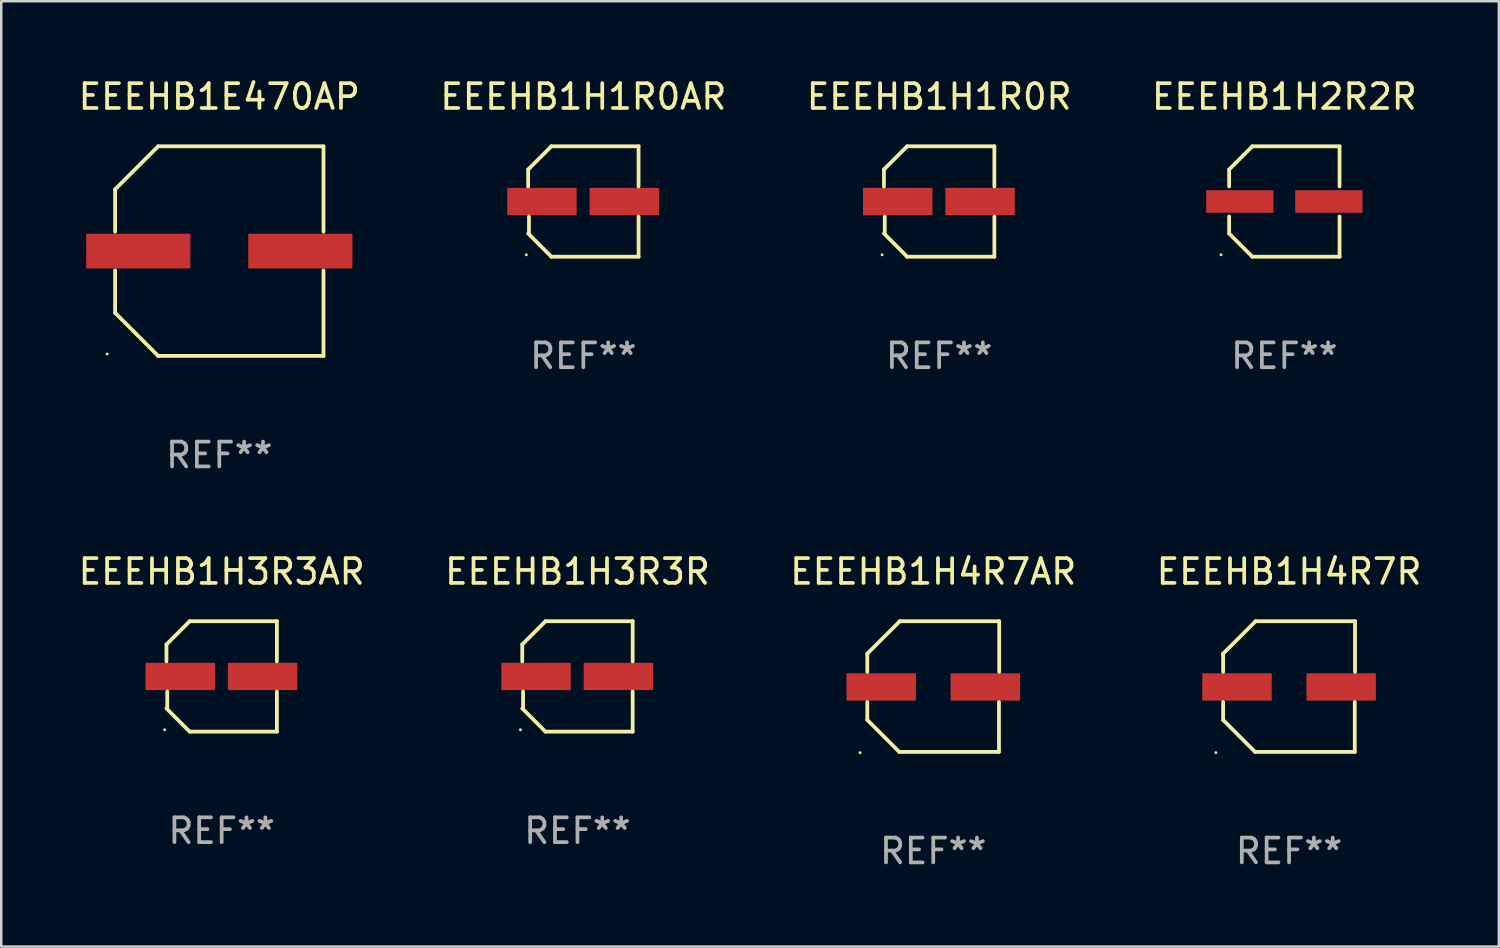
<source format=kicad_pcb>
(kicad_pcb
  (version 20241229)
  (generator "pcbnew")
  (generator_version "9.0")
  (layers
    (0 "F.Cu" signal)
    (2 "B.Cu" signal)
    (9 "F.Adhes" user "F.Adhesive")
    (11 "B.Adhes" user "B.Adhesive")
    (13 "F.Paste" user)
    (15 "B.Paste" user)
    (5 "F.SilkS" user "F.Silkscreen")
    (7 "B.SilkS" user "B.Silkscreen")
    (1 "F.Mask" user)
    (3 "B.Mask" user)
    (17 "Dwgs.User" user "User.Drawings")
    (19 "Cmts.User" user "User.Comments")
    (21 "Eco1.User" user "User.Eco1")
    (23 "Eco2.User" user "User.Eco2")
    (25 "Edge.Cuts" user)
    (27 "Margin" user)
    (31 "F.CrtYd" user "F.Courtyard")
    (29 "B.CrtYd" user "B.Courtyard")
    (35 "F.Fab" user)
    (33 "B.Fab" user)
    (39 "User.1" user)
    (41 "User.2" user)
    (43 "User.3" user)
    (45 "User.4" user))
  (footprint "EEEHB1H1R0R"
    (layer "F.Cu")
    (at 34.815 5.074)
    (property "Reference" "EEEHB1H1R0R" (at 0 -4.226 0) (layer "F.SilkS") (effects (font (size 1 1) (thickness 0.15))))
    (attr through_hole)
    (fp_line (start -2.226 -1.29) (end -2.226 -0.607) (stroke (width 0.152) (type solid)) (layer "F.SilkS"))
    (fp_line (start -2.193 1.29) (end -2.193 0.607) (stroke (width 0.152) (type solid)) (layer "F.SilkS"))
    (fp_line (start -1.29 2.226) (end -2.226 1.29) (stroke (width 0.152) (type solid)) (layer "F.SilkS"))
    (fp_line (start -1.29 -2.226) (end -2.226 -1.29) (stroke (width 0.152) (type solid)) (layer "F.SilkS"))
    (fp_line (start 2.226 -2.226) (end -1.29 -2.226) (stroke (width 0.152) (type solid)) (layer "F.SilkS"))
    (fp_line (start 2.226 -0.607) (end 2.226 -2.226) (stroke (width 0.152) (type solid)) (layer "F.SilkS"))
    (fp_line (start 2.226 0.607) (end 2.226 2.226) (stroke (width 0.152) (type solid)) (layer "F.SilkS"))
    (fp_line (start 2.226 2.226) (end -1.29 2.226) (stroke (width 0.152) (type solid)) (layer "F.SilkS"))
    (fp_circle (center -2.3 2.15) (end -2.27 2.15) (stroke (width 0.06) (type solid)) (fill no) (layer "F.SilkS"))
    (fp_text user "REF**" (at 0 6.226 0) (layer "F.Fab") (effects (font (size 1 1) (thickness 0.15))))
    (pad "1" smd rect (at -1.67 -0.000025) (size 2.8 1.1) (layers "F.Cu" "F.Mask" "F.Paste"))
    (pad "2" smd rect (at 1.651 -0.000025) (size 2.8 1.1) (layers "F.Cu" "F.Mask" "F.Paste")))
  (footprint "EEEHB1H3R3R"
    (layer "F.Cu")
    (at 20.232 24.223)
    (property "Reference" "EEEHB1H3R3R" (at 0 -4.226 0) (layer "F.SilkS") (effects (font (size 1 1) (thickness 0.15))))
    (attr through_hole)
    (fp_line (start -2.226 -1.29) (end -2.226 -0.607) (stroke (width 0.152) (type solid)) (layer "F.SilkS"))
    (fp_line (start -2.193 1.29) (end -2.193 0.607) (stroke (width 0.152) (type solid)) (layer "F.SilkS"))
    (fp_line (start -1.29 2.226) (end -2.226 1.29) (stroke (width 0.152) (type solid)) (layer "F.SilkS"))
    (fp_line (start -1.29 -2.226) (end -2.226 -1.29) (stroke (width 0.152) (type solid)) (layer "F.SilkS"))
    (fp_line (start 2.226 -2.226) (end -1.29 -2.226) (stroke (width 0.152) (type solid)) (layer "F.SilkS"))
    (fp_line (start 2.226 -0.607) (end 2.226 -2.226) (stroke (width 0.152) (type solid)) (layer "F.SilkS"))
    (fp_line (start 2.226 0.607) (end 2.226 2.226) (stroke (width 0.152) (type solid)) (layer "F.SilkS"))
    (fp_line (start 2.226 2.226) (end -1.29 2.226) (stroke (width 0.152) (type solid)) (layer "F.SilkS"))
    (fp_circle (center -2.3 2.15) (end -2.27 2.15) (stroke (width 0.06) (type solid)) (fill no) (layer "F.SilkS"))
    (fp_text user "REF**" (at 0 6.226 0) (layer "F.Fab") (effects (font (size 1 1) (thickness 0.15))))
    (pad "1" smd rect (at -1.67 -0.000025) (size 2.8 1.1) (layers "F.Cu" "F.Mask" "F.Paste"))
    (pad "2" smd rect (at 1.651 -0.000025) (size 2.8 1.1) (layers "F.Cu" "F.Mask" "F.Paste")))
  (footprint "EEEHB1H4R7AR"
    (layer "F.Cu")
    (at 34.577 24.631)
    (property "Reference" "EEEHB1H4R7AR" (at 0 -4.634 0) (layer "F.SilkS") (effects (font (size 1 1) (thickness 0.15))))
    (attr through_hole)
    (fp_line (start -2.659 -1.326) (end -2.659 -0.592) (stroke (width 0.152) (type solid)) (layer "F.SilkS"))
    (fp_line (start -2.659 1.346) (end -2.659 0.622) (stroke (width 0.152) (type solid)) (layer "F.SilkS"))
    (fp_line (start -1.372 2.634) (end -2.659 1.346) (stroke (width 0.152) (type solid)) (layer "F.SilkS"))
    (fp_line (start -1.349 -2.634) (end -2.659 -1.326) (stroke (width 0.152) (type solid)) (layer "F.SilkS"))
    (fp_line (start 2.649 0.622) (end 2.649 2.634) (stroke (width 0.152) (type solid)) (layer "F.SilkS"))
    (fp_line (start 2.649 2.634) (end -1.372 2.634) (stroke (width 0.152) (type solid)) (layer "F.SilkS"))
    (fp_line (start 2.659 -2.634) (end -1.349 -2.634) (stroke (width 0.152) (type solid)) (layer "F.SilkS"))
    (fp_line (start 2.659 -0.592) (end 2.659 -2.634) (stroke (width 0.152) (type solid)) (layer "F.SilkS"))
    (fp_circle (center -2.95 2.665) (end -2.92 2.665) (stroke (width 0.06) (type solid)) (fill no) (layer "F.SilkS"))
    (fp_text user "REF**" (at 0 6.634 0) (layer "F.Fab") (effects (font (size 1 1) (thickness 0.15))))
    (pad "1" smd rect (at -2.1 0.015) (size 2.8 1.1) (layers "F.Cu" "F.Mask" "F.Paste"))
    (pad "2" smd rect (at 2.1 0.015) (size 2.8 1.1) (layers "F.Cu" "F.Mask" "F.Paste")))
  (footprint "EEEHB1E470AP"
    (layer "F.Cu")
    (at 5.792 7.074)
    (property "Reference" "EEEHB1E470AP" (at 0 -6.226 0) (layer "F.SilkS") (effects (font (size 1 1) (thickness 0.15))))
    (attr through_hole)
    (fp_line (start -4.201 -2.49) (end -4.201 -0.782) (stroke (width 0.152) (type solid)) (layer "F.SilkS"))
    (fp_line (start -4.201 2.49) (end -4.201 0.782) (stroke (width 0.152) (type solid)) (layer "F.SilkS"))
    (fp_line (start -2.465 -4.226) (end -4.201 -2.49) (stroke (width 0.152) (type solid)) (layer "F.SilkS"))
    (fp_line (start -2.465 4.226) (end -4.201 2.49) (stroke (width 0.152) (type solid)) (layer "F.SilkS"))
    (fp_line (start 4.201 -4.226) (end -2.465 -4.226) (stroke (width 0.152) (type solid)) (layer "F.SilkS"))
    (fp_line (start 4.201 -0.782) (end 4.201 -4.226) (stroke (width 0.152) (type solid)) (layer "F.SilkS"))
    (fp_line (start 4.201 0.782) (end 4.201 4.226) (stroke (width 0.152) (type solid)) (layer "F.SilkS"))
    (fp_line (start 4.201 4.226) (end -2.465 4.226) (stroke (width 0.152) (type solid)) (layer "F.SilkS"))
    (fp_circle (center -4.524 4.15) (end -4.494 4.15) (stroke (width 0.06) (type solid)) (fill no) (layer "F.SilkS"))
    (fp_text user "REF**" (at 0 8.226 0) (layer "F.Fab") (effects (font (size 1 1) (thickness 0.15))))
    (pad "1" smd rect (at -3.267 0) (size 4.2 1.4) (layers "F.Cu" "F.Mask" "F.Paste"))
    (pad "2" smd rect (at 3.267 0) (size 4.2 1.4) (layers "F.Cu" "F.Mask" "F.Paste")))
  (footprint "EEEHB1H2R2R"
    (layer "F.Cu")
    (at 48.732 5.074)
    (property "Reference" "EEEHB1H2R2R" (at 0 -4.226 0) (layer "F.SilkS") (effects (font (size 1 1) (thickness 0.15))))
    (attr through_hole)
    (fp_line (start -2.226 -1.29) (end -1.29 -2.226) (stroke (width 0.152) (type solid)) (layer "F.SilkS"))
    (fp_line (start -2.226 -0.607) (end -2.226 -1.29) (stroke (width 0.152) (type solid)) (layer "F.SilkS"))
    (fp_line (start -2.226 0.607) (end -2.226 1.29) (stroke (width 0.152) (type solid)) (layer "F.SilkS"))
    (fp_line (start -2.226 1.29) (end -1.29 2.226) (stroke (width 0.152) (type solid)) (layer "F.SilkS"))
    (fp_line (start -1.29 -2.226) (end 2.226 -2.226) (stroke (width 0.152) (type solid)) (layer "F.SilkS"))
    (fp_line (start -1.29 2.226) (end 2.226 2.226) (stroke (width 0.152) (type solid)) (layer "F.SilkS"))
    (fp_line (start 2.226 -2.226) (end 2.226 -0.607) (stroke (width 0.152) (type solid)) (layer "F.SilkS"))
    (fp_line (start 2.226 2.226) (end 2.226 0.607) (stroke (width 0.152) (type solid)) (layer "F.SilkS"))
    (fp_circle (center -2.55 2.15) (end -2.52 2.15) (stroke (width 0.06) (type solid)) (fill no) (layer "F.SilkS"))
    (fp_text user "REF**" (at 0 6.226 0) (layer "F.Fab") (effects (font (size 1 1) (thickness 0.15))))
    (pad "1" smd rect (at -1.795 -0.000013) (size 2.71 0.91) (layers "F.Cu" "F.Mask" "F.Paste"))
    (pad "2" smd rect (at 1.795 -0.000013) (size 2.71 0.91) (layers "F.Cu" "F.Mask" "F.Paste")))
  (footprint "EEEHB1H1R0AR"
    (layer "F.Cu")
    (at 20.47 5.074)
    (property "Reference" "EEEHB1H1R0AR" (at 0 -4.226 0) (layer "F.SilkS") (effects (font (size 1 1) (thickness 0.15))))
    (attr through_hole)
    (fp_line (start -2.226 -1.29) (end -2.226 -0.607) (stroke (width 0.152) (type solid)) (layer "F.SilkS"))
    (fp_line (start -2.193 1.29) (end -2.193 0.607) (stroke (width 0.152) (type solid)) (layer "F.SilkS"))
    (fp_line (start -1.29 2.226) (end -2.226 1.29) (stroke (width 0.152) (type solid)) (layer "F.SilkS"))
    (fp_line (start -1.29 -2.226) (end -2.226 -1.29) (stroke (width 0.152) (type solid)) (layer "F.SilkS"))
    (fp_line (start 2.226 -2.226) (end -1.29 -2.226) (stroke (width 0.152) (type solid)) (layer "F.SilkS"))
    (fp_line (start 2.226 -0.607) (end 2.226 -2.226) (stroke (width 0.152) (type solid)) (layer "F.SilkS"))
    (fp_line (start 2.226 0.607) (end 2.226 2.226) (stroke (width 0.152) (type solid)) (layer "F.SilkS"))
    (fp_line (start 2.226 2.226) (end -1.29 2.226) (stroke (width 0.152) (type solid)) (layer "F.SilkS"))
    (fp_circle (center -2.3 2.15) (end -2.27 2.15) (stroke (width 0.06) (type solid)) (fill no) (layer "F.SilkS"))
    (fp_text user "REF**" (at 0 6.226 0) (layer "F.Fab") (effects (font (size 1 1) (thickness 0.15))))
    (pad "1" smd rect (at -1.67 -0.000025) (size 2.8 1.1) (layers "F.Cu" "F.Mask" "F.Paste"))
    (pad "2" smd rect (at 1.651 -0.000025) (size 2.8 1.1) (layers "F.Cu" "F.Mask" "F.Paste")))
  (footprint "EEEHB1H4R7R"
    (layer "F.Cu")
    (at 48.923 24.631)
    (property "Reference" "EEEHB1H4R7R" (at 0 -4.634 0) (layer "F.SilkS") (effects (font (size 1 1) (thickness 0.15))))
    (attr through_hole)
    (fp_line (start -2.659 -1.326) (end -2.659 -0.592) (stroke (width 0.152) (type solid)) (layer "F.SilkS"))
    (fp_line (start -2.659 1.346) (end -2.659 0.622) (stroke (width 0.152) (type solid)) (layer "F.SilkS"))
    (fp_line (start -1.372 2.634) (end -2.659 1.346) (stroke (width 0.152) (type solid)) (layer "F.SilkS"))
    (fp_line (start -1.349 -2.634) (end -2.659 -1.326) (stroke (width 0.152) (type solid)) (layer "F.SilkS"))
    (fp_line (start 2.649 0.622) (end 2.649 2.634) (stroke (width 0.152) (type solid)) (layer "F.SilkS"))
    (fp_line (start 2.649 2.634) (end -1.372 2.634) (stroke (width 0.152) (type solid)) (layer "F.SilkS"))
    (fp_line (start 2.659 -2.634) (end -1.349 -2.634) (stroke (width 0.152) (type solid)) (layer "F.SilkS"))
    (fp_line (start 2.659 -0.592) (end 2.659 -2.634) (stroke (width 0.152) (type solid)) (layer "F.SilkS"))
    (fp_circle (center -2.95 2.665) (end -2.92 2.665) (stroke (width 0.06) (type solid)) (fill no) (layer "F.SilkS"))
    (fp_text user "REF**" (at 0 6.634 0) (layer "F.Fab") (effects (font (size 1 1) (thickness 0.15))))
    (pad "1" smd rect (at -2.1 0.015) (size 2.8 1.1) (layers "F.Cu" "F.Mask" "F.Paste"))
    (pad "2" smd rect (at 2.1 0.015) (size 2.8 1.1) (layers "F.Cu" "F.Mask" "F.Paste")))
  (footprint "EEEHB1H3R3AR"
    (layer "F.Cu")
    (at 5.887 24.223)
    (property "Reference" "EEEHB1H3R3AR" (at 0 -4.226 0) (layer "F.SilkS") (effects (font (size 1 1) (thickness 0.15))))
    (attr through_hole)
    (fp_line (start -2.226 -1.29) (end -2.226 -0.607) (stroke (width 0.152) (type solid)) (layer "F.SilkS"))
    (fp_line (start -2.193 1.29) (end -2.193 0.607) (stroke (width 0.152) (type solid)) (layer "F.SilkS"))
    (fp_line (start -1.29 2.226) (end -2.226 1.29) (stroke (width 0.152) (type solid)) (layer "F.SilkS"))
    (fp_line (start -1.29 -2.226) (end -2.226 -1.29) (stroke (width 0.152) (type solid)) (layer "F.SilkS"))
    (fp_line (start 2.226 -2.226) (end -1.29 -2.226) (stroke (width 0.152) (type solid)) (layer "F.SilkS"))
    (fp_line (start 2.226 -0.607) (end 2.226 -2.226) (stroke (width 0.152) (type solid)) (layer "F.SilkS"))
    (fp_line (start 2.226 0.607) (end 2.226 2.226) (stroke (width 0.152) (type solid)) (layer "F.SilkS"))
    (fp_line (start 2.226 2.226) (end -1.29 2.226) (stroke (width 0.152) (type solid)) (layer "F.SilkS"))
    (fp_circle (center -2.3 2.15) (end -2.27 2.15) (stroke (width 0.06) (type solid)) (fill no) (layer "F.SilkS"))
    (fp_text user "REF**" (at 0 6.226 0) (layer "F.Fab") (effects (font (size 1 1) (thickness 0.15))))
    (pad "1" smd rect (at -1.67 -0.000025) (size 2.8 1.1) (layers "F.Cu" "F.Mask" "F.Paste"))
    (pad "2" smd rect (at 1.651 -0.000025) (size 2.8 1.1) (layers "F.Cu" "F.Mask" "F.Paste")))
  (gr_rect
    (start -3 -3)
    (end 57.381 35.113)
    (stroke (width 0.1) (type default))
    (fill no)
    (layer "Edge.Cuts")))
</source>
